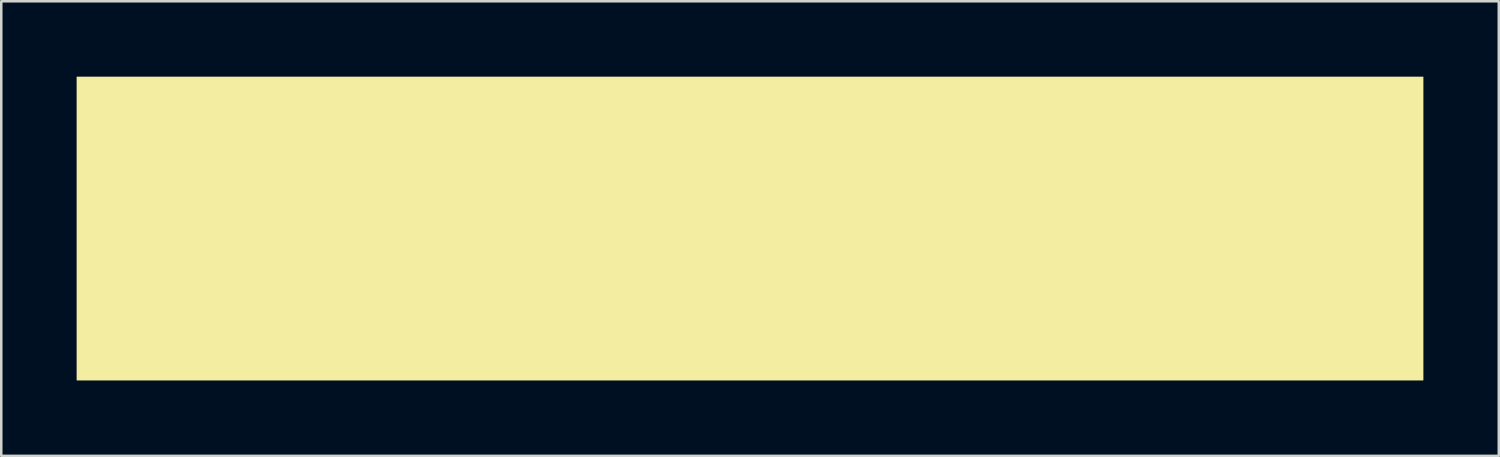
<source format=kicad_pcb>
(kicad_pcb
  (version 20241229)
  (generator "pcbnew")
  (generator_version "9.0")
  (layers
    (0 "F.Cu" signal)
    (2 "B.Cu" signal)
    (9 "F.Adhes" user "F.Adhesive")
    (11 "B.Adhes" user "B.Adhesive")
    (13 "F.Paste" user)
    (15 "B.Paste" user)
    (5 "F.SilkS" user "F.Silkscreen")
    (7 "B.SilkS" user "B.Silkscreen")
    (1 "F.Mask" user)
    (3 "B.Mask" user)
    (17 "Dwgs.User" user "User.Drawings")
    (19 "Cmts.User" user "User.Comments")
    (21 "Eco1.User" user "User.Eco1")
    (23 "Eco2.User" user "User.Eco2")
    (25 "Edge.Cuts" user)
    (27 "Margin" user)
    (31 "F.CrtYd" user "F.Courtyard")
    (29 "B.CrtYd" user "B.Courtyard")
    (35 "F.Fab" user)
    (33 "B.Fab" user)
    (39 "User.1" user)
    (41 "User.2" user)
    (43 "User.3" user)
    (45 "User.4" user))
  (footprint "df_logo"
    (layer "F.Cu")
    (at 26.738 6.037)
    (property "Reference" "df_logo" (at 0 0 0) (layer "F.SilkS") (effects (font (size 1.524 1.524) (thickness 0.3))))
    (attr through_hole)
    (fp_poly (pts (xy 26.797 6.032) (xy -26.733 6.032) (xy -26.733 -6.032) (xy 26.797 -6.032) (xy 26.797 6.032)) (stroke (width 0.01) (type solid)) (fill yes) (layer "F.SilkS")))
  (gr_rect
    (start -3 -3)
    (end 56.541 15.075)
    (stroke (width 0.1) (type default))
    (fill no)
    (layer "Edge.Cuts")))
</source>
